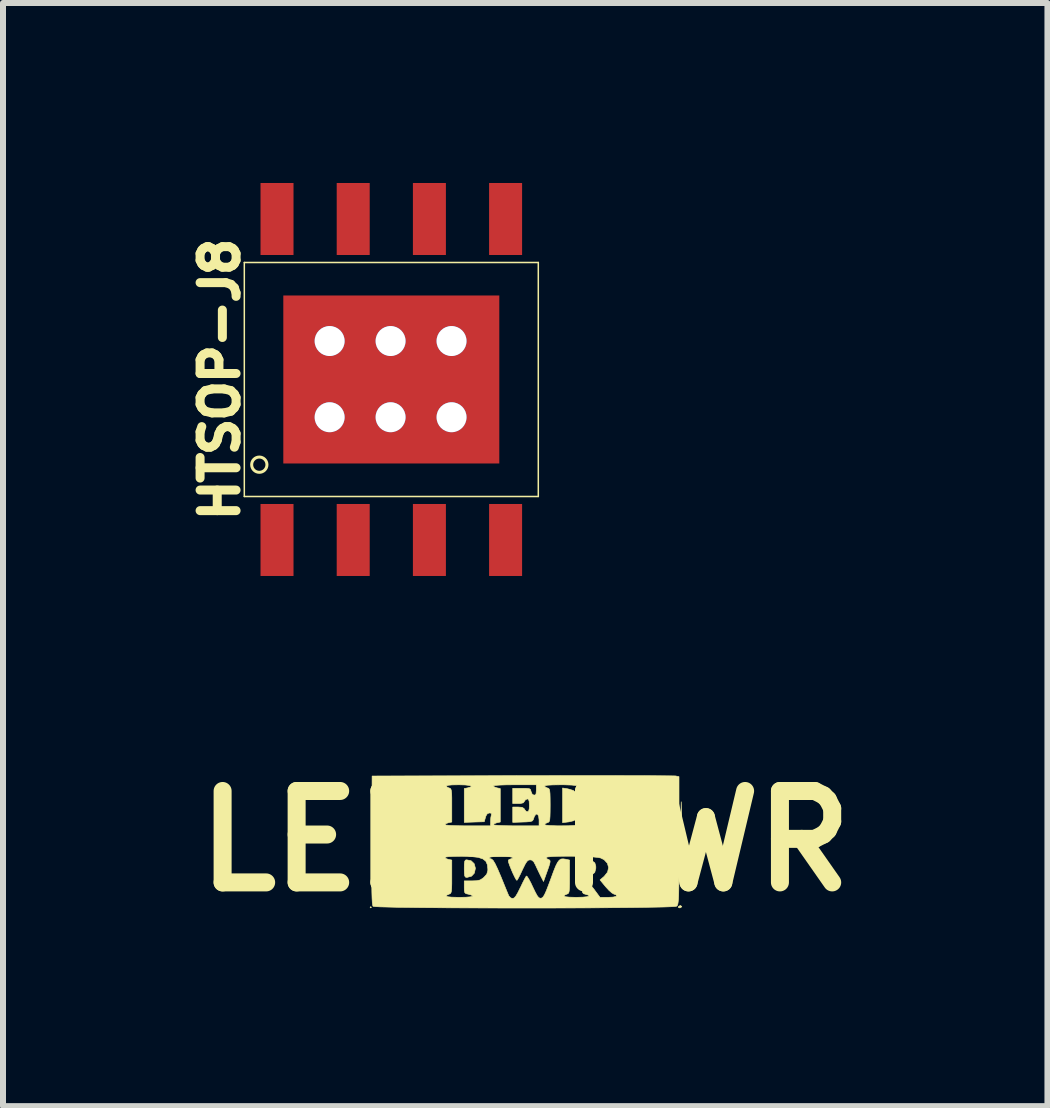
<source format=kicad_pcb>
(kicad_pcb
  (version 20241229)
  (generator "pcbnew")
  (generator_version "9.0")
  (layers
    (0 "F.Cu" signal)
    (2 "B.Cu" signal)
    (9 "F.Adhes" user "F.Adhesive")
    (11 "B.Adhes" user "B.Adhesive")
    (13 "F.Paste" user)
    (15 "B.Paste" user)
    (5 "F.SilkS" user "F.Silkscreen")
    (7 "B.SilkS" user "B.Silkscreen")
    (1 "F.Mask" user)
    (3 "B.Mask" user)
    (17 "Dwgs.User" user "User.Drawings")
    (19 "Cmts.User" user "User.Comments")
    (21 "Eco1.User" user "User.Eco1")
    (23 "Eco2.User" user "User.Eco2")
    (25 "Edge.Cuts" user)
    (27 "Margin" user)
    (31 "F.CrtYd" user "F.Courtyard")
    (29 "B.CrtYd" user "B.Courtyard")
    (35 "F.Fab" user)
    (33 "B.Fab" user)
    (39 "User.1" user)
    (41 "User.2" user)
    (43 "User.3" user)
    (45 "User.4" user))
  (footprint "LED-PWR"
    (layer "F.Cu")
    (at 5.704 10.968)
    (property "Reference" "LED-PWR" (at 0 0 0) (layer "F.SilkS") (effects (font (size 1.524 1.524) (thickness 0.3))))
    (attr through_hole)
    (fp_poly (pts (xy -2.563 1.104) (xy -2.575 1.114) (xy -2.586 1.104) (xy -2.575 1.094) (xy -2.563 1.104)) (stroke (width 0.01) (type solid)) (fill yes) (layer "F.SilkS"))
    (fp_poly (pts (xy 2.609 1.09) (xy 2.609 1.094) (xy 2.59 1.111) (xy 2.573 1.114) (xy 2.549 1.104) (xy 2.552 1.094) (xy 2.581 1.075) (xy 2.588 1.075) (xy 2.609 1.09)) (stroke (width 0.01) (type solid)) (fill yes) (layer "F.SilkS"))
    (fp_poly (pts (xy 0.71 -0.87) (xy 0.802 -0.843) (xy 0.863 -0.793) (xy 0.901 -0.712) (xy 0.903 -0.703) (xy 0.915 -0.621) (xy 0.912 -0.532) (xy 0.896 -0.449) (xy 0.869 -0.385) (xy 0.857 -0.369) (xy 0.805 -0.338) (xy 0.726 -0.319) (xy 0.721 -0.319) (xy 0.623 -0.307) (xy 0.623 -0.884) (xy 0.71 -0.87)) (stroke (width 0.01) (type solid)) (fill yes) (layer "F.SilkS"))
    (fp_poly (pts (xy 1.042 0.318) (xy 1.118 0.333) (xy 1.16 0.363) (xy 1.176 0.417) (xy 1.177 0.453) (xy 1.159 0.523) (xy 1.105 0.568) (xy 1.021 0.586) (xy 1.011 0.586) (xy 0.978 0.585) (xy 0.958 0.575) (xy 0.95 0.548) (xy 0.947 0.496) (xy 0.947 0.447) (xy 0.947 0.307) (xy 1.042 0.318)) (stroke (width 0.01) (type solid)) (fill yes) (layer "F.SilkS"))
    (fp_poly (pts (xy -0.901 0.329) (xy -0.851 0.377) (xy -0.831 0.45) (xy -0.831 0.459) (xy -0.848 0.535) (xy -0.894 0.585) (xy -0.966 0.605) (xy -0.975 0.606) (xy -0.996 0.601) (xy -1.009 0.581) (xy -1.014 0.539) (xy -1.016 0.466) (xy -1.016 0.459) (xy -1.015 0.384) (xy -1.009 0.339) (xy -0.997 0.318) (xy -0.977 0.313) (xy -0.975 0.313) (xy -0.901 0.329)) (stroke (width 0.01) (type solid)) (fill yes) (layer "F.SilkS"))
    (fp_poly (pts (xy 2.601 -0.651) (xy 2.602 -0.613) (xy 2.603 -0.536) (xy 2.603 -0.532) (xy 2.605 -0.351) (xy 2.606 -0.145) (xy 2.606 0.07) (xy 2.606 0.281) (xy 2.604 0.473) (xy 2.603 0.532) (xy 2.602 0.61) (xy 2.601 0.651) (xy 2.6 0.655) (xy 2.599 0.625) (xy 2.599 0.561) (xy 2.598 0.466) (xy 2.597 0.342) (xy 2.597 0.188) (xy 2.597 0.008) (xy 2.597 0) (xy 2.597 -0.181) (xy 2.597 -0.336) (xy 2.598 -0.462) (xy 2.598 -0.558) (xy 2.599 -0.623) (xy 2.6 -0.654) (xy 2.601 -0.651)) (stroke (width 0.01) (type solid)) (fill yes) (layer "F.SilkS"))
    (fp_poly (pts (xy 1.485 -1.091) (xy 1.73 -1.09) (xy 1.947 -1.09) (xy 2.133 -1.089) (xy 2.286 -1.088) (xy 2.402 -1.087) (xy 2.477 -1.086) (xy 2.51 -1.085) (xy 2.511 -1.084) (xy 2.563 -1.074) (xy 2.563 -0.007) (xy 2.563 0.225) (xy 2.563 0.421) (xy 2.562 0.585) (xy 2.561 0.718) (xy 2.559 0.825) (xy 2.557 0.908) (xy 2.554 0.971) (xy 2.549 1.016) (xy 2.544 1.048) (xy 2.538 1.068) (xy 2.53 1.08) (xy 2.523 1.086) (xy 2.493 1.091) (xy 2.421 1.095) (xy 2.311 1.099) (xy 2.165 1.102) (xy 1.988 1.105) (xy 1.783 1.108) (xy 1.554 1.11) (xy 1.305 1.112) (xy 1.039 1.114) (xy 0.759 1.115) (xy 0.47 1.116) (xy 0.176 1.116) (xy -0.121 1.116) (xy -0.417 1.116) (xy -0.707 1.115) (xy -0.989 1.114) (xy -1.259 1.113) (xy -1.512 1.111) (xy -1.746 1.109) (xy -1.957 1.106) (xy -2.141 1.104) (xy -2.294 1.1) (xy -2.413 1.097) (xy -2.494 1.093) (xy -2.534 1.088) (xy -2.537 1.087) (xy -2.543 1.068) (xy -2.549 1.024) (xy -2.553 0.952) (xy -2.556 0.852) (xy -2.558 0.72) (xy -2.559 0.556) (xy -2.559 0.358) (xy -2.559 0.273) (xy -1.339 0.273) (xy -1.32 0.292) (xy -1.282 0.305) (xy -1.224 0.317) (xy -1.224 0.596) (xy -1.224 0.706) (xy -1.226 0.782) (xy -1.23 0.833) (xy -1.238 0.862) (xy -1.25 0.877) (xy -1.267 0.884) (xy -1.27 0.885) (xy -1.307 0.902) (xy -1.316 0.916) (xy -1.293 0.928) (xy -1.227 0.935) (xy -1.117 0.938) (xy -1.097 0.938) (xy -0.99 0.936) (xy -0.916 0.93) (xy -0.88 0.921) (xy -0.877 0.918) (xy -0.897 0.9) (xy -0.946 0.886) (xy -0.947 0.886) (xy -0.987 0.877) (xy -1.007 0.86) (xy -1.015 0.823) (xy -1.016 0.769) (xy -1.016 0.664) (xy -0.887 0.664) (xy -0.807 0.661) (xy -0.753 0.649) (xy -0.708 0.621) (xy -0.691 0.607) (xy -0.642 0.554) (xy -0.624 0.495) (xy -0.623 0.469) (xy -0.631 0.394) (xy -0.656 0.337) (xy -0.705 0.298) (xy -0.771 0.276) (xy -0.602 0.276) (xy -0.591 0.291) (xy -0.56 0.301) (xy -0.535 0.323) (xy -0.502 0.377) (xy -0.46 0.465) (xy -0.407 0.589) (xy -0.406 0.591) (xy -0.365 0.692) (xy -0.328 0.783) (xy -0.298 0.856) (xy -0.278 0.903) (xy -0.274 0.913) (xy -0.242 0.948) (xy -0.211 0.957) (xy -0.185 0.949) (xy -0.158 0.92) (xy -0.125 0.864) (xy -0.082 0.777) (xy -0.081 0.777) (xy -0.044 0.699) (xy -0.011 0.634) (xy 0.012 0.593) (xy 0.02 0.582) (xy 0.034 0.593) (xy 0.06 0.634) (xy 0.094 0.698) (xy 0.125 0.764) (xy 0.167 0.851) (xy 0.198 0.908) (xy 0.223 0.94) (xy 0.245 0.953) (xy 0.263 0.953) (xy 0.283 0.946) (xy 0.303 0.925) (xy 0.325 0.887) (xy 0.353 0.825) (xy 0.388 0.734) (xy 0.427 0.63) (xy 0.472 0.507) (xy 0.508 0.417) (xy 0.539 0.356) (xy 0.567 0.319) (xy 0.597 0.3) (xy 0.632 0.297) (xy 0.675 0.303) (xy 0.679 0.304) (xy 0.739 0.317) (xy 0.739 0.596) (xy 0.739 0.706) (xy 0.737 0.782) (xy 0.733 0.833) (xy 0.725 0.862) (xy 0.713 0.877) (xy 0.696 0.884) (xy 0.693 0.885) (xy 0.655 0.902) (xy 0.647 0.916) (xy 0.669 0.928) (xy 0.736 0.935) (xy 0.843 0.938) (xy 0.854 0.938) (xy 0.958 0.935) (xy 1.029 0.928) (xy 1.063 0.917) (xy 1.057 0.903) (xy 1.008 0.888) (xy 1.004 0.887) (xy 0.972 0.877) (xy 0.955 0.857) (xy 0.948 0.818) (xy 0.947 0.76) (xy 0.952 0.687) (xy 0.969 0.649) (xy 0.999 0.647) (xy 1.043 0.679) (xy 1.103 0.748) (xy 1.137 0.791) (xy 1.246 0.938) (xy 1.385 0.938) (xy 1.463 0.934) (xy 1.513 0.923) (xy 1.528 0.908) (xy 1.505 0.892) (xy 1.48 0.885) (xy 1.445 0.865) (xy 1.395 0.821) (xy 1.342 0.763) (xy 1.341 0.762) (xy 1.247 0.648) (xy 1.316 0.589) (xy 1.372 0.519) (xy 1.39 0.443) (xy 1.37 0.371) (xy 1.315 0.311) (xy 1.257 0.282) (xy 1.21 0.273) (xy 1.131 0.265) (xy 1.028 0.259) (xy 0.91 0.255) (xy 0.785 0.253) (xy 0.661 0.253) (xy 0.547 0.254) (xy 0.451 0.258) (xy 0.382 0.264) (xy 0.348 0.271) (xy 0.346 0.274) (xy 0.365 0.297) (xy 0.388 0.308) (xy 0.407 0.317) (xy 0.415 0.333) (xy 0.412 0.363) (xy 0.397 0.415) (xy 0.369 0.496) (xy 0.368 0.498) (xy 0.305 0.674) (xy 0.26 0.586) (xy 0.223 0.51) (xy 0.184 0.428) (xy 0.174 0.405) (xy 0.143 0.347) (xy 0.112 0.319) (xy 0.081 0.313) (xy 0.054 0.318) (xy 0.029 0.339) (xy 0.001 0.382) (xy -0.035 0.454) (xy -0.047 0.479) (xy -0.082 0.554) (xy -0.112 0.613) (xy -0.133 0.648) (xy -0.139 0.655) (xy -0.152 0.641) (xy -0.176 0.598) (xy -0.207 0.533) (xy -0.226 0.489) (xy -0.259 0.408) (xy -0.277 0.356) (xy -0.282 0.326) (xy -0.274 0.311) (xy -0.255 0.303) (xy -0.253 0.302) (xy -0.211 0.286) (xy -0.212 0.272) (xy -0.253 0.262) (xy -0.332 0.255) (xy -0.404 0.254) (xy -0.505 0.257) (xy -0.572 0.265) (xy -0.602 0.276) (xy -0.771 0.276) (xy -0.783 0.272) (xy -0.895 0.259) (xy -1.046 0.254) (xy -1.073 0.254) (xy -1.188 0.256) (xy -1.275 0.26) (xy -1.327 0.267) (xy -1.339 0.273) (xy -2.559 0.273) (xy -2.558 0.123) (xy -2.558 -0.012) (xy -2.556 -0.273) (xy -1.339 -0.273) (xy -1.317 -0.266) (xy -1.253 -0.26) (xy -1.151 -0.256) (xy -1.017 -0.254) (xy -0.958 -0.254) (xy -0.577 -0.254) (xy -0.577 -0.331) (xy -0.574 -0.388) (xy -0.565 -0.433) (xy -0.563 -0.438) (xy -0.565 -0.463) (xy -0.596 -0.469) (xy -0.631 -0.457) (xy -0.655 -0.418) (xy -0.662 -0.396) (xy -0.683 -0.322) (xy -0.849 -0.317) (xy -1.016 -0.311) (xy -1.016 -0.875) (xy -0.958 -0.887) (xy -0.907 -0.902) (xy -0.9 -0.916) (xy -0.907 -0.919) (xy -0.531 -0.919) (xy -0.511 -0.9) (xy -0.473 -0.887) (xy -0.416 -0.875) (xy -0.416 -0.317) (xy -0.473 -0.305) (xy -0.517 -0.289) (xy -0.531 -0.273) (xy -0.509 -0.266) (xy -0.445 -0.26) (xy -0.343 -0.256) (xy -0.208 -0.254) (xy -0.15 -0.254) (xy 0.231 -0.254) (xy 0.231 -0.352) (xy 0.223 -0.416) (xy 0.204 -0.448) (xy 0.179 -0.448) (xy 0.153 -0.412) (xy 0.144 -0.386) (xy 0.132 -0.353) (xy 0.115 -0.334) (xy 0.08 -0.324) (xy 0.018 -0.319) (xy -0.042 -0.317) (xy -0.208 -0.311) (xy -0.208 -0.567) (xy -0.117 -0.567) (xy -0.053 -0.562) (xy -0.02 -0.543) (xy -0.012 -0.528) (xy 0.014 -0.496) (xy 0.036 -0.488) (xy 0.056 -0.499) (xy 0.067 -0.537) (xy 0.069 -0.596) (xy 0.066 -0.662) (xy 0.054 -0.695) (xy 0.036 -0.703) (xy 0.003 -0.687) (xy -0.012 -0.664) (xy -0.033 -0.637) (xy -0.08 -0.626) (xy -0.117 -0.625) (xy -0.208 -0.625) (xy -0.208 -0.879) (xy -0.059 -0.879) (xy 0.021 -0.878) (xy 0.066 -0.873) (xy 0.087 -0.86) (xy 0.095 -0.835) (xy 0.097 -0.826) (xy 0.116 -0.781) (xy 0.144 -0.766) (xy 0.169 -0.768) (xy 0.181 -0.791) (xy 0.185 -0.844) (xy 0.185 -0.848) (xy 0.185 -0.916) (xy 0.323 -0.916) (xy 0.343 -0.895) (xy 0.369 -0.885) (xy 0.388 -0.879) (xy 0.4 -0.865) (xy 0.408 -0.838) (xy 0.413 -0.791) (xy 0.415 -0.718) (xy 0.416 -0.613) (xy 0.416 -0.596) (xy 0.415 -0.486) (xy 0.413 -0.409) (xy 0.409 -0.359) (xy 0.402 -0.33) (xy 0.39 -0.315) (xy 0.372 -0.308) (xy 0.369 -0.307) (xy 0.332 -0.29) (xy 0.323 -0.275) (xy 0.346 -0.265) (xy 0.415 -0.258) (xy 0.53 -0.254) (xy 0.595 -0.254) (xy 0.724 -0.255) (xy 0.818 -0.26) (xy 0.885 -0.27) (xy 0.935 -0.284) (xy 0.945 -0.288) (xy 1.025 -0.331) (xy 1.077 -0.382) (xy 1.107 -0.452) (xy 1.119 -0.547) (xy 1.12 -0.596) (xy 1.118 -0.683) (xy 1.11 -0.742) (xy 1.094 -0.784) (xy 1.072 -0.814) (xy 1.021 -0.864) (xy 0.96 -0.898) (xy 0.882 -0.921) (xy 0.777 -0.933) (xy 0.638 -0.938) (xy 0.595 -0.938) (xy 0.46 -0.936) (xy 0.371 -0.931) (xy 0.328 -0.922) (xy 0.323 -0.916) (xy 0.185 -0.916) (xy 0.185 -0.938) (xy -0.173 -0.938) (xy -0.313 -0.937) (xy -0.423 -0.933) (xy -0.496 -0.928) (xy -0.53 -0.921) (xy -0.531 -0.919) (xy -0.907 -0.919) (xy -0.932 -0.927) (xy -1.001 -0.935) (xy -1.103 -0.938) (xy -1.108 -0.938) (xy -1.22 -0.936) (xy -1.29 -0.929) (xy -1.316 -0.918) (xy -1.316 -0.916) (xy -1.297 -0.895) (xy -1.27 -0.885) (xy -1.252 -0.879) (xy -1.239 -0.865) (xy -1.231 -0.838) (xy -1.226 -0.791) (xy -1.224 -0.718) (xy -1.224 -0.613) (xy -1.224 -0.596) (xy -1.224 -0.317) (xy -1.282 -0.305) (xy -1.325 -0.289) (xy -1.339 -0.273) (xy -2.556 -0.273) (xy -2.552 -1.084) (xy -0.046 -1.09) (xy 0.291 -1.09) (xy 0.616 -1.091) (xy 0.925 -1.091) (xy 1.216 -1.091) (xy 1.485 -1.091)) (stroke (width 0.01) (type solid)) (fill yes) (layer "F.SilkS")))
  (footprint "HTSOP-J8"
    (layer "F.Cu")
    (at 1.022 5.225)
    (property "Reference" "HTSOP-J8" (at -0.407 -1.95 90) (layer "F.SilkS") (effects (font (size 0.6 0.6) (thickness 0.15))))
    (attr smd)
    (fp_line (start 0 -3.9) (end 0 0) (stroke (width 0.025) (type solid)) (layer "F.SilkS"))
    (fp_line (start 0 0) (end 4.9 0) (stroke (width 0.025) (type solid)) (layer "F.SilkS"))
    (fp_line (start 4.9 -3.9) (end 0 -3.9) (stroke (width 0.025) (type solid)) (layer "F.SilkS"))
    (fp_line (start 4.9 0) (end 4.9 -3.9) (stroke (width 0.025) (type solid)) (layer "F.SilkS"))
    (fp_circle (center 0.25 -0.53) (end 0.34 -0.62) (stroke (width 0.05) (type solid)) (fill no) (layer "F.SilkS"))
    (pad "1" smd rect (at 0.545 0.725) (size 0.55 1.2) (layers "F.Cu" "F.Mask" "F.Paste"))
    (pad "2" smd rect (at 1.815 0.725) (size 0.55 1.2) (layers "F.Cu" "F.Mask" "F.Paste"))
    (pad "3" smd rect (at 3.085 0.725) (size 0.55 1.2) (layers "F.Cu" "F.Mask" "F.Paste"))
    (pad "4" smd rect (at 4.355 0.725) (size 0.55 1.2) (layers "F.Cu" "F.Mask" "F.Paste"))
    (pad "5" smd rect (at 4.355 -4.625) (size 0.55 1.2) (layers "F.Cu" "F.Mask" "F.Paste"))
    (pad "6" smd rect (at 3.085 -4.625) (size 0.55 1.2) (layers "F.Cu" "F.Mask" "F.Paste"))
    (pad "7" smd rect (at 1.815 -4.625) (size 0.55 1.2) (layers "F.Cu" "F.Mask" "F.Paste"))
    (pad "8" smd rect (at 0.545 -4.625) (size 0.55 1.2) (layers "F.Cu" "F.Mask" "F.Paste"))
    (pad "9" thru_hole circle (at 1.422 -2.591) (size 0.5 0.5) (drill 0.5) (layers "*.Cu" "*.Mask"))
    (pad "9" thru_hole circle (at 1.422 -1.321 180) (size 0.5 0.5) (drill 0.5) (layers "*.Cu" "*.Mask"))
    (pad "9" thru_hole circle (at 2.438 -2.591 180) (size 0.5 0.5) (drill 0.5) (layers "*.Cu" "*.Mask"))
    (pad "9" thru_hole circle (at 2.438 -1.321 180) (size 0.5 0.5) (drill 0.5) (layers "*.Cu" "*.Mask"))
    (pad "9" smd rect (at 2.45 -1.95) (size 3.6 2.8) (layers "F.Cu" "F.Mask" "F.Paste"))
    (pad "9" thru_hole circle (at 3.454 -2.591) (size 0.5 0.5) (drill 0.5) (layers "*.Cu" "*.Mask"))
    (pad "9" thru_hole circle (at 3.454 -1.321) (size 0.5 0.5) (drill 0.5) (layers "*.Cu" "*.Mask")))
  (gr_rect
    (start -3 -3)
    (end 14.408 15.386)
    (stroke (width 0.1) (type default))
    (fill no)
    (layer "Edge.Cuts")))
</source>
